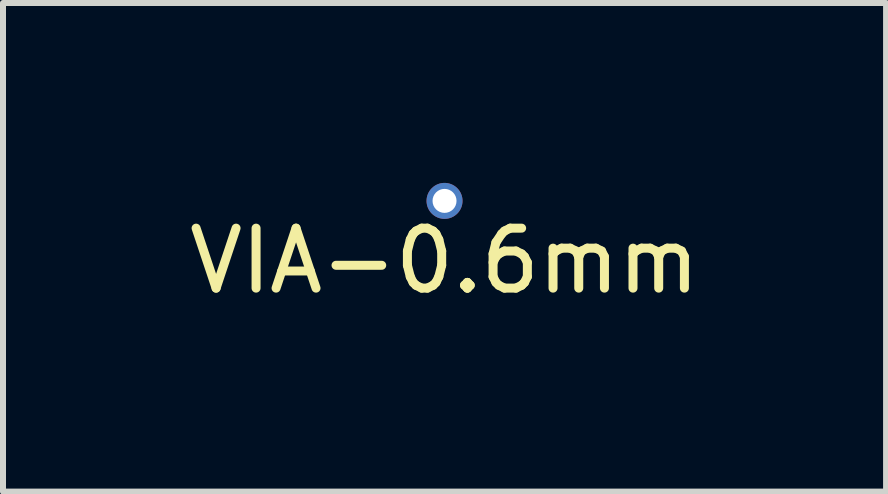
<source format=kicad_pcb>
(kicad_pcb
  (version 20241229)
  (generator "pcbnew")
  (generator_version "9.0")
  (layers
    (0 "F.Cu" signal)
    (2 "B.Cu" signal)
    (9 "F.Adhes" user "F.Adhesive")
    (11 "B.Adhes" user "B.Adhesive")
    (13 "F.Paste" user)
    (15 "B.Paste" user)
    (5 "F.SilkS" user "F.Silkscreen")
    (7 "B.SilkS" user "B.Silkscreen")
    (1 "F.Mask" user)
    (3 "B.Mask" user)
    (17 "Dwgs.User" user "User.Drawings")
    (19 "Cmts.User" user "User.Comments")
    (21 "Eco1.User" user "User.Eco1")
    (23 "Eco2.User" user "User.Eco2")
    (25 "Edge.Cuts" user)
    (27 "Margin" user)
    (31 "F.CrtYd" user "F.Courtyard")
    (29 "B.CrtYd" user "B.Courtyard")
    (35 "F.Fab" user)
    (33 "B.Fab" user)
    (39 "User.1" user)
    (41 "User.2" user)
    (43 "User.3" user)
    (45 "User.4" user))
  (footprint "VIA-0.6mm"
    (layer "F.Cu")
    (at 4.363 0.3)
    (property "Reference" "VIA-0.6mm" (at 0 1 0) (layer "F.SilkS") (effects (font (size 1 1) (thickness 0.15))))
    (attr through_hole)
    (pad "1" thru_hole circle (at 0 0) (size 0.6 0.6) (drill 0.4) (layers "*.Cu")))
  (gr_rect
    (start -3 -3)
    (end 11.726 5.148)
    (stroke (width 0.1) (type default))
    (fill no)
    (layer "Edge.Cuts")))
</source>
